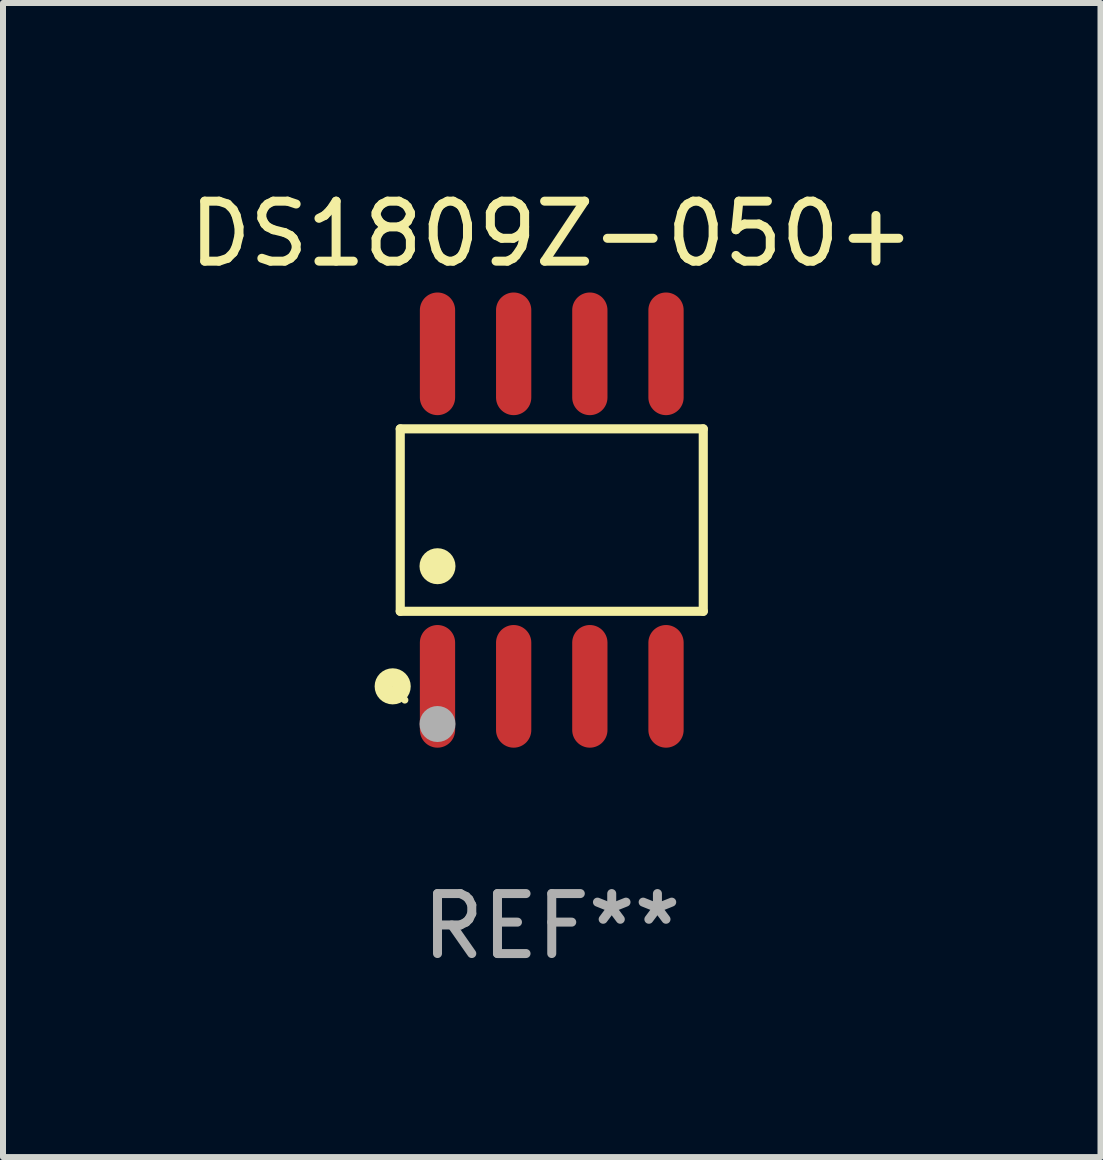
<source format=kicad_pcb>
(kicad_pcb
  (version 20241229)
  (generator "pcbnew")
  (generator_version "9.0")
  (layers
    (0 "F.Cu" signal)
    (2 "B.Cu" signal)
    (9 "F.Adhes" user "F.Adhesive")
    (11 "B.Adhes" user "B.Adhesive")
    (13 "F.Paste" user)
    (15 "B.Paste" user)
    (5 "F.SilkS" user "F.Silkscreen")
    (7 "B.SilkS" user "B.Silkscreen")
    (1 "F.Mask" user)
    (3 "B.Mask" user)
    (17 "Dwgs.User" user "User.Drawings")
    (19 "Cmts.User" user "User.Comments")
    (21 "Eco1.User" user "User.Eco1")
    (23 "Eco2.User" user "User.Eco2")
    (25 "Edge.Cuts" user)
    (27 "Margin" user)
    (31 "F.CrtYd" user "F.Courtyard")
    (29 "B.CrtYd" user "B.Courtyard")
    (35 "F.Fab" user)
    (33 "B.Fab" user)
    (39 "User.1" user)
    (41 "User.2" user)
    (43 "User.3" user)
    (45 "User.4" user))
  (footprint "DS1809Z-050+"
    (layer "F.Cu")
    (at 6.149 5.621)
    (property "Reference" "DS1809Z-050+" (at 0 -4.772 0) (layer "F.SilkS") (effects (font (size 1 1) (thickness 0.15))))
    (attr through_hole)
    (fp_line (start -2.526 -1.521) (end 2.526 -1.521) (stroke (width 0.152) (type solid)) (layer "F.SilkS"))
    (fp_line (start -2.526 1.521) (end -2.526 -1.521) (stroke (width 0.152) (type solid)) (layer "F.SilkS"))
    (fp_line (start 2.526 -1.521) (end 2.526 1.521) (stroke (width 0.152) (type solid)) (layer "F.SilkS"))
    (fp_line (start 2.526 1.521) (end -2.526 1.521) (stroke (width 0.152) (type solid)) (layer "F.SilkS"))
    (fp_circle (center -2.652 2.772) (end -2.501 2.772) (stroke (width 0.3) (type solid)) (fill no) (layer "F.SilkS"))
    (fp_circle (center -2.45 3) (end -2.42 3) (stroke (width 0.06) (type solid)) (fill no) (layer "F.SilkS"))
    (fp_circle (center -1.905 0.769) (end -1.755 0.769) (stroke (width 0.3) (type solid)) (fill no) (layer "F.SilkS"))
    (fp_circle (center -1.905 3.4) (end -1.755 3.4) (stroke (width 0.3) (type solid)) (fill no) (layer "F.Fab"))
    (fp_text user "REF**" (at 0 6.772 0) (layer "F.Fab") (effects (font (size 1 1) (thickness 0.15))))
    (pad "1" smd oval (at -1.905 2.772) (size 0.588 2.045) (layers "F.Cu" "F.Mask" "F.Paste"))
    (pad "2" smd oval (at -0.635 2.772) (size 0.588 2.045) (layers "F.Cu" "F.Mask" "F.Paste"))
    (pad "3" smd oval (at 0.635 2.772) (size 0.588 2.045) (layers "F.Cu" "F.Mask" "F.Paste"))
    (pad "4" smd oval (at 1.905 2.772) (size 0.588 2.045) (layers "F.Cu" "F.Mask" "F.Paste"))
    (pad "5" smd oval (at 1.905 -2.772) (size 0.588 2.045) (layers "F.Cu" "F.Mask" "F.Paste"))
    (pad "6" smd oval (at 0.635 -2.772) (size 0.588 2.045) (layers "F.Cu" "F.Mask" "F.Paste"))
    (pad "7" smd oval (at -0.635 -2.772) (size 0.588 2.045) (layers "F.Cu" "F.Mask" "F.Paste"))
    (pad "8" smd oval (at -1.905 -2.772) (size 0.588 2.045) (layers "F.Cu" "F.Mask" "F.Paste")))
  (gr_rect
    (start -3 -3)
    (end 15.298 16.241)
    (stroke (width 0.1) (type default))
    (fill no)
    (layer "Edge.Cuts")))
</source>
